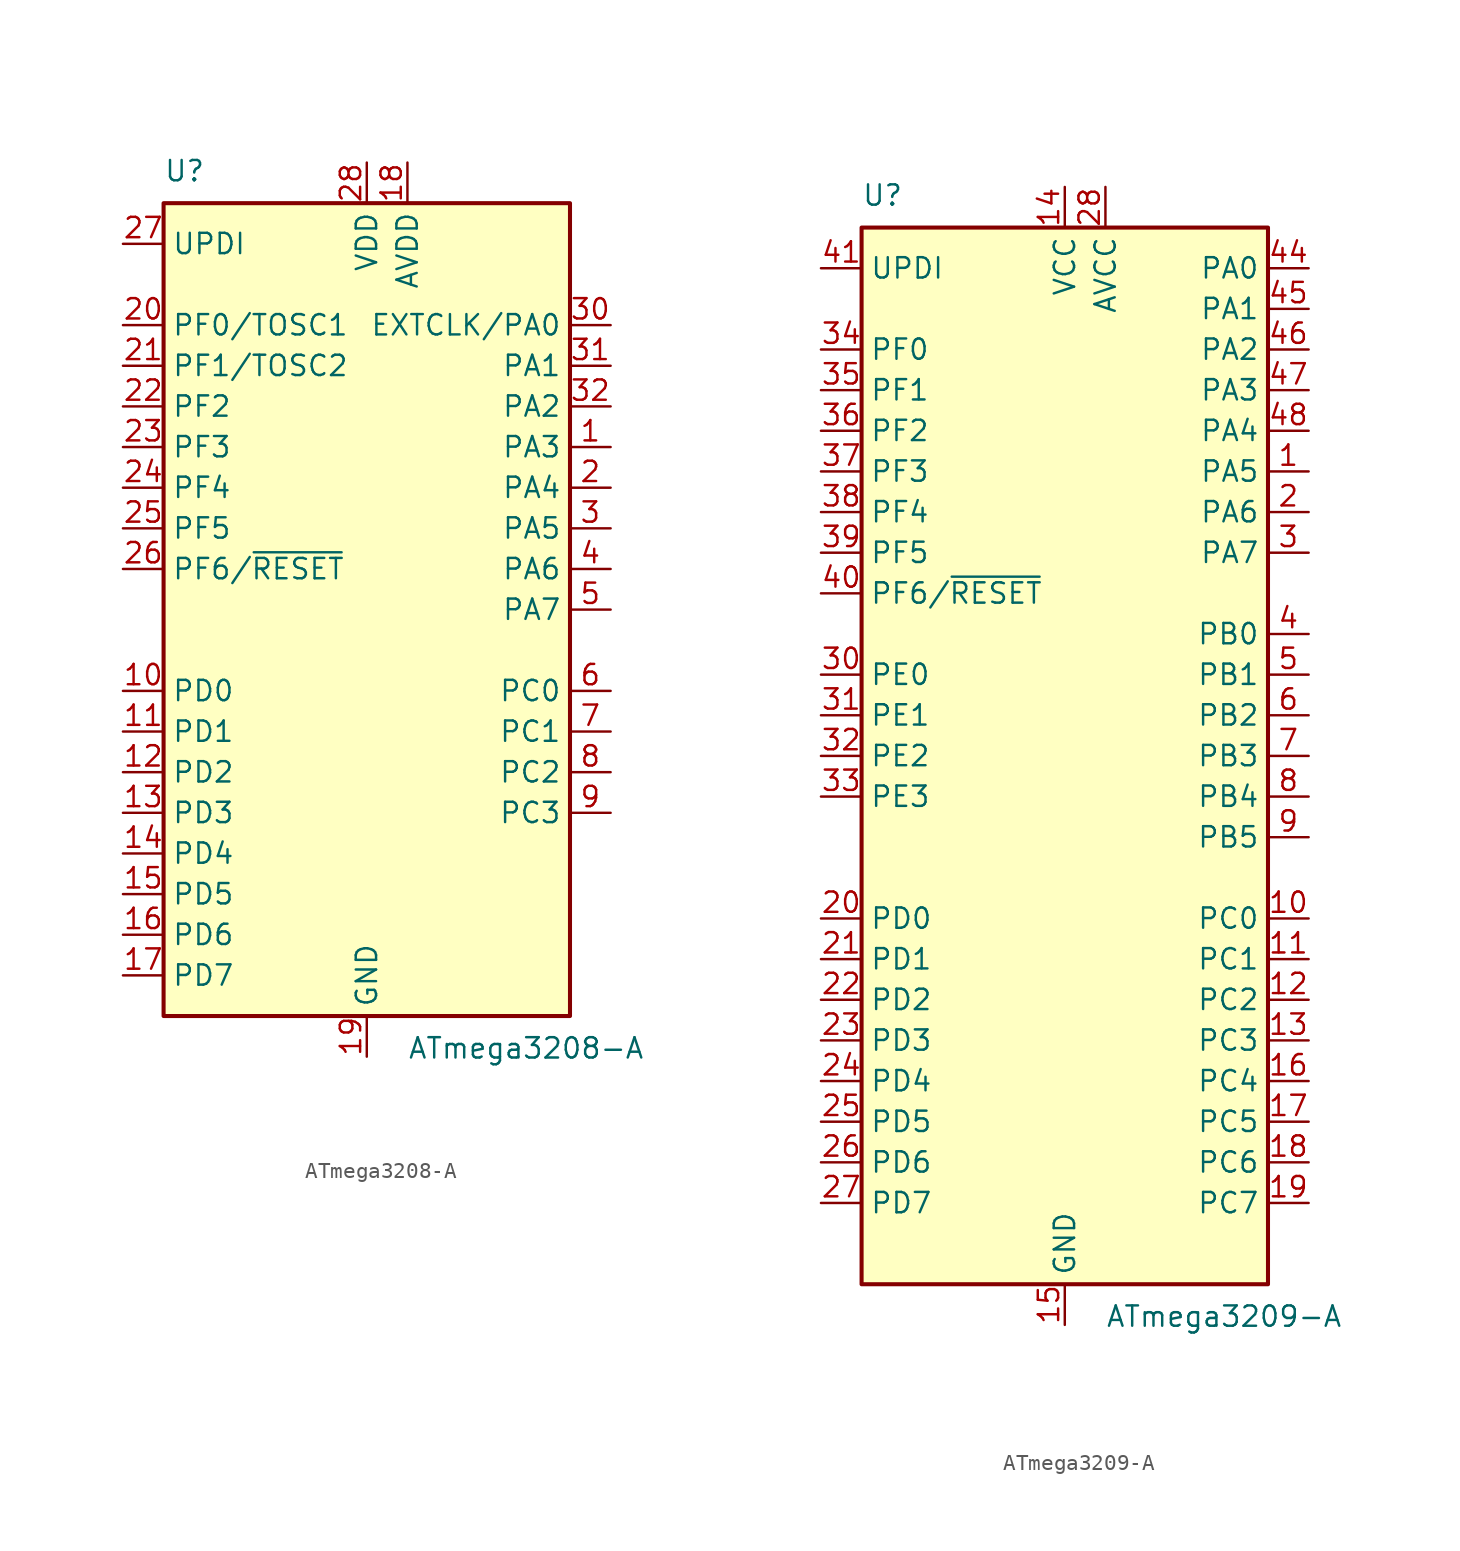
<source format=kicad_sym>
(kicad_symbol_lib
  (version 20211014)
  (generator kicad_symbol_editor)
  (symbol "ATmega3208-A"
    (property "Reference" "U"
      (at -12.7 26.67 0)
      (effects (font (size 1.27 1.27)) (justify left bottom)))
    (property "Value" "ATmega3208-A"
      (at 2.54 -26.67 0)
      (effects (font (size 1.27 1.27)) (justify left top)))
    (symbol "ATmega3208-A_0_1"
      (rectangle (start -12.7 -25.4) (end 12.7 25.4) (stroke (width 0.254) (type default) (color 0 0 0 0)) (fill (type background))))
    (symbol "ATmega3208-A_1_1"
      (pin bidirectional line (at 15.24 10.16 180) (length 2.54) (name "PA3" (effects (font (size 1.27 1.27)))) (number "1" (effects (font (size 1.27 1.27)))))
      (pin bidirectional line (at -15.24 -5.08 0) (length 2.54) (name "PD0" (effects (font (size 1.27 1.27)))) (number "10" (effects (font (size 1.27 1.27)))))
      (pin bidirectional line (at -15.24 -7.62 0) (length 2.54) (name "PD1" (effects (font (size 1.27 1.27)))) (number "11" (effects (font (size 1.27 1.27)))))
      (pin bidirectional line (at -15.24 -10.16 0) (length 2.54) (name "PD2" (effects (font (size 1.27 1.27)))) (number "12" (effects (font (size 1.27 1.27)))))
      (pin bidirectional line (at -15.24 -12.7 0) (length 2.54) (name "PD3" (effects (font (size 1.27 1.27)))) (number "13" (effects (font (size 1.27 1.27)))))
      (pin bidirectional line (at -15.24 -15.24 0) (length 2.54) (name "PD4" (effects (font (size 1.27 1.27)))) (number "14" (effects (font (size 1.27 1.27)))))
      (pin bidirectional line (at -15.24 -17.78 0) (length 2.54) (name "PD5" (effects (font (size 1.27 1.27)))) (number "15" (effects (font (size 1.27 1.27)))))
      (pin bidirectional line (at -15.24 -20.32 0) (length 2.54) (name "PD6" (effects (font (size 1.27 1.27)))) (number "16" (effects (font (size 1.27 1.27)))))
      (pin bidirectional line (at -15.24 -22.86 0) (length 2.54) (name "PD7" (effects (font (size 1.27 1.27)))) (number "17" (effects (font (size 1.27 1.27)))))
      (pin power_in line (at 2.54 27.94 270) (length 2.54) (name "AVDD" (effects (font (size 1.27 1.27)))) (number "18" (effects (font (size 1.27 1.27)))))
      (pin power_in line (at 0 -27.94 90) (length 2.54) (name "GND" (effects (font (size 1.27 1.27)))) (number "19" (effects (font (size 1.27 1.27)))))
      (pin bidirectional line (at 15.24 7.62 180) (length 2.54) (name "PA4" (effects (font (size 1.27 1.27)))) (number "2" (effects (font (size 1.27 1.27)))))
      (pin bidirectional line (at -15.24 17.78 0) (length 2.54) (name "PF0/TOSC1" (effects (font (size 1.27 1.27)))) (number "20" (effects (font (size 1.27 1.27)))))
      (pin bidirectional line (at -15.24 15.24 0) (length 2.54) (name "PF1/TOSC2" (effects (font (size 1.27 1.27)))) (number "21" (effects (font (size 1.27 1.27)))))
      (pin bidirectional line (at -15.24 12.7 0) (length 2.54) (name "PF2" (effects (font (size 1.27 1.27)))) (number "22" (effects (font (size 1.27 1.27)))))
      (pin bidirectional line (at -15.24 10.16 0) (length 2.54) (name "PF3" (effects (font (size 1.27 1.27)))) (number "23" (effects (font (size 1.27 1.27)))))
      (pin bidirectional line (at -15.24 7.62 0) (length 2.54) (name "PF4" (effects (font (size 1.27 1.27)))) (number "24" (effects (font (size 1.27 1.27)))))
      (pin bidirectional line (at -15.24 5.08 0) (length 2.54) (name "PF5" (effects (font (size 1.27 1.27)))) (number "25" (effects (font (size 1.27 1.27)))))
      (pin bidirectional line (at -15.24 2.54 0) (length 2.54) (name "PF6/~{RESET}" (effects (font (size 1.27 1.27)))) (number "26" (effects (font (size 1.27 1.27)))))
      (pin bidirectional line (at -15.24 22.86 0) (length 2.54) (name "UPDI" (effects (font (size 1.27 1.27)))) (number "27" (effects (font (size 1.27 1.27)))))
      (pin power_in line (at 0 27.94 270) (length 2.54) (name "VDD" (effects (font (size 1.27 1.27)))) (number "28" (effects (font (size 1.27 1.27)))))
      (pin passive line (at 0 -27.94 90) (length 2.54) hide (name "GND" (effects (font (size 1.27 1.27)))) (number "29" (effects (font (size 1.27 1.27)))))
      (pin bidirectional line (at 15.24 5.08 180) (length 2.54) (name "PA5" (effects (font (size 1.27 1.27)))) (number "3" (effects (font (size 1.27 1.27)))))
      (pin bidirectional line (at 15.24 17.78 180) (length 2.54) (name "EXTCLK/PA0" (effects (font (size 1.27 1.27)))) (number "30" (effects (font (size 1.27 1.27)))))
      (pin bidirectional line (at 15.24 15.24 180) (length 2.54) (name "PA1" (effects (font (size 1.27 1.27)))) (number "31" (effects (font (size 1.27 1.27)))))
      (pin bidirectional line (at 15.24 12.7 180) (length 2.54) (name "PA2" (effects (font (size 1.27 1.27)))) (number "32" (effects (font (size 1.27 1.27)))))
      (pin bidirectional line (at 15.24 2.54 180) (length 2.54) (name "PA6" (effects (font (size 1.27 1.27)))) (number "4" (effects (font (size 1.27 1.27)))))
      (pin bidirectional line (at 15.24 0 180) (length 2.54) (name "PA7" (effects (font (size 1.27 1.27)))) (number "5" (effects (font (size 1.27 1.27)))))
      (pin bidirectional line (at 15.24 -5.08 180) (length 2.54) (name "PC0" (effects (font (size 1.27 1.27)))) (number "6" (effects (font (size 1.27 1.27)))))
      (pin bidirectional line (at 15.24 -7.62 180) (length 2.54) (name "PC1" (effects (font (size 1.27 1.27)))) (number "7" (effects (font (size 1.27 1.27)))))
      (pin bidirectional line (at 15.24 -10.16 180) (length 2.54) (name "PC2" (effects (font (size 1.27 1.27)))) (number "8" (effects (font (size 1.27 1.27)))))
      (pin bidirectional line (at 15.24 -12.7 180) (length 2.54) (name "PC3" (effects (font (size 1.27 1.27)))) (number "9" (effects (font (size 1.27 1.27)))))))
  (symbol "ATmega3209-A"
    (property "Reference" "U"
      (at -12.7 34.29 0)
      (effects (font (size 1.27 1.27)) (justify left bottom)))
    (property "Value" "ATmega3209-A"
      (at 2.54 -34.29 0)
      (effects (font (size 1.27 1.27)) (justify left top)))
    (symbol "ATmega3209-A_0_1"
      (rectangle (start -12.7 -33.02) (end 12.7 33.02) (stroke (width 0.254) (type default) (color 0 0 0 0)) (fill (type background))))
    (symbol "ATmega3209-A_1_1"
      (pin bidirectional line (at 15.24 17.78 180) (length 2.54) (name "PA5" (effects (font (size 1.27 1.27)))) (number "1" (effects (font (size 1.27 1.27)))))
      (pin bidirectional line (at 15.24 -10.16 180) (length 2.54) (name "PC0" (effects (font (size 1.27 1.27)))) (number "10" (effects (font (size 1.27 1.27)))))
      (pin bidirectional line (at 15.24 -12.7 180) (length 2.54) (name "PC1" (effects (font (size 1.27 1.27)))) (number "11" (effects (font (size 1.27 1.27)))))
      (pin bidirectional line (at 15.24 -15.24 180) (length 2.54) (name "PC2" (effects (font (size 1.27 1.27)))) (number "12" (effects (font (size 1.27 1.27)))))
      (pin bidirectional line (at 15.24 -17.78 180) (length 2.54) (name "PC3" (effects (font (size 1.27 1.27)))) (number "13" (effects (font (size 1.27 1.27)))))
      (pin power_in line (at 0 35.56 270) (length 2.54) (name "VCC" (effects (font (size 1.27 1.27)))) (number "14" (effects (font (size 1.27 1.27)))))
      (pin power_in line (at 0 -35.56 90) (length 2.54) (name "GND" (effects (font (size 1.27 1.27)))) (number "15" (effects (font (size 1.27 1.27)))))
      (pin bidirectional line (at 15.24 -20.32 180) (length 2.54) (name "PC4" (effects (font (size 1.27 1.27)))) (number "16" (effects (font (size 1.27 1.27)))))
      (pin bidirectional line (at 15.24 -22.86 180) (length 2.54) (name "PC5" (effects (font (size 1.27 1.27)))) (number "17" (effects (font (size 1.27 1.27)))))
      (pin bidirectional line (at 15.24 -25.4 180) (length 2.54) (name "PC6" (effects (font (size 1.27 1.27)))) (number "18" (effects (font (size 1.27 1.27)))))
      (pin bidirectional line (at 15.24 -27.94 180) (length 2.54) (name "PC7" (effects (font (size 1.27 1.27)))) (number "19" (effects (font (size 1.27 1.27)))))
      (pin bidirectional line (at 15.24 15.24 180) (length 2.54) (name "PA6" (effects (font (size 1.27 1.27)))) (number "2" (effects (font (size 1.27 1.27)))))
      (pin bidirectional line (at -15.24 -10.16 0) (length 2.54) (name "PD0" (effects (font (size 1.27 1.27)))) (number "20" (effects (font (size 1.27 1.27)))))
      (pin bidirectional line (at -15.24 -12.7 0) (length 2.54) (name "PD1" (effects (font (size 1.27 1.27)))) (number "21" (effects (font (size 1.27 1.27)))))
      (pin bidirectional line (at -15.24 -15.24 0) (length 2.54) (name "PD2" (effects (font (size 1.27 1.27)))) (number "22" (effects (font (size 1.27 1.27)))))
      (pin bidirectional line (at -15.24 -17.78 0) (length 2.54) (name "PD3" (effects (font (size 1.27 1.27)))) (number "23" (effects (font (size 1.27 1.27)))))
      (pin bidirectional line (at -15.24 -20.32 0) (length 2.54) (name "PD4" (effects (font (size 1.27 1.27)))) (number "24" (effects (font (size 1.27 1.27)))))
      (pin bidirectional line (at -15.24 -22.86 0) (length 2.54) (name "PD5" (effects (font (size 1.27 1.27)))) (number "25" (effects (font (size 1.27 1.27)))))
      (pin bidirectional line (at -15.24 -25.4 0) (length 2.54) (name "PD6" (effects (font (size 1.27 1.27)))) (number "26" (effects (font (size 1.27 1.27)))))
      (pin bidirectional line (at -15.24 -27.94 0) (length 2.54) (name "PD7" (effects (font (size 1.27 1.27)))) (number "27" (effects (font (size 1.27 1.27)))))
      (pin power_in line (at 2.54 35.56 270) (length 2.54) (name "AVCC" (effects (font (size 1.27 1.27)))) (number "28" (effects (font (size 1.27 1.27)))))
      (pin passive line (at 0 -35.56 90) (length 2.54) hide (name "GND" (effects (font (size 1.27 1.27)))) (number "29" (effects (font (size 1.27 1.27)))))
      (pin bidirectional line (at 15.24 12.7 180) (length 2.54) (name "PA7" (effects (font (size 1.27 1.27)))) (number "3" (effects (font (size 1.27 1.27)))))
      (pin bidirectional line (at -15.24 5.08 0) (length 2.54) (name "PE0" (effects (font (size 1.27 1.27)))) (number "30" (effects (font (size 1.27 1.27)))))
      (pin bidirectional line (at -15.24 2.54 0) (length 2.54) (name "PE1" (effects (font (size 1.27 1.27)))) (number "31" (effects (font (size 1.27 1.27)))))
      (pin bidirectional line (at -15.24 0 0) (length 2.54) (name "PE2" (effects (font (size 1.27 1.27)))) (number "32" (effects (font (size 1.27 1.27)))))
      (pin bidirectional line (at -15.24 -2.54 0) (length 2.54) (name "PE3" (effects (font (size 1.27 1.27)))) (number "33" (effects (font (size 1.27 1.27)))))
      (pin bidirectional line (at -15.24 25.4 0) (length 2.54) (name "PF0" (effects (font (size 1.27 1.27)))) (number "34" (effects (font (size 1.27 1.27)))))
      (pin bidirectional line (at -15.24 22.86 0) (length 2.54) (name "PF1" (effects (font (size 1.27 1.27)))) (number "35" (effects (font (size 1.27 1.27)))))
      (pin bidirectional line (at -15.24 20.32 0) (length 2.54) (name "PF2" (effects (font (size 1.27 1.27)))) (number "36" (effects (font (size 1.27 1.27)))))
      (pin bidirectional line (at -15.24 17.78 0) (length 2.54) (name "PF3" (effects (font (size 1.27 1.27)))) (number "37" (effects (font (size 1.27 1.27)))))
      (pin bidirectional line (at -15.24 15.24 0) (length 2.54) (name "PF4" (effects (font (size 1.27 1.27)))) (number "38" (effects (font (size 1.27 1.27)))))
      (pin bidirectional line (at -15.24 12.7 0) (length 2.54) (name "PF5" (effects (font (size 1.27 1.27)))) (number "39" (effects (font (size 1.27 1.27)))))
      (pin bidirectional line (at 15.24 7.62 180) (length 2.54) (name "PB0" (effects (font (size 1.27 1.27)))) (number "4" (effects (font (size 1.27 1.27)))))
      (pin bidirectional line (at -15.24 10.16 0) (length 2.54) (name "PF6/~{RESET}" (effects (font (size 1.27 1.27)))) (number "40" (effects (font (size 1.27 1.27)))))
      (pin bidirectional line (at -15.24 30.48 0) (length 2.54) (name "UPDI" (effects (font (size 1.27 1.27)))) (number "41" (effects (font (size 1.27 1.27)))))
      (pin passive line (at 0 35.56 270) (length 2.54) hide (name "VCC" (effects (font (size 1.27 1.27)))) (number "42" (effects (font (size 1.27 1.27)))))
      (pin passive line (at 0 -35.56 90) (length 2.54) hide (name "GND" (effects (font (size 1.27 1.27)))) (number "43" (effects (font (size 1.27 1.27)))))
      (pin bidirectional line (at 15.24 30.48 180) (length 2.54) (name "PA0" (effects (font (size 1.27 1.27)))) (number "44" (effects (font (size 1.27 1.27)))))
      (pin bidirectional line (at 15.24 27.94 180) (length 2.54) (name "PA1" (effects (font (size 1.27 1.27)))) (number "45" (effects (font (size 1.27 1.27)))))
      (pin bidirectional line (at 15.24 25.4 180) (length 2.54) (name "PA2" (effects (font (size 1.27 1.27)))) (number "46" (effects (font (size 1.27 1.27)))))
      (pin bidirectional line (at 15.24 22.86 180) (length 2.54) (name "PA3" (effects (font (size 1.27 1.27)))) (number "47" (effects (font (size 1.27 1.27)))))
      (pin bidirectional line (at 15.24 20.32 180) (length 2.54) (name "PA4" (effects (font (size 1.27 1.27)))) (number "48" (effects (font (size 1.27 1.27)))))
      (pin bidirectional line (at 15.24 5.08 180) (length 2.54) (name "PB1" (effects (font (size 1.27 1.27)))) (number "5" (effects (font (size 1.27 1.27)))))
      (pin bidirectional line (at 15.24 2.54 180) (length 2.54) (name "PB2" (effects (font (size 1.27 1.27)))) (number "6" (effects (font (size 1.27 1.27)))))
      (pin bidirectional line (at 15.24 0 180) (length 2.54) (name "PB3" (effects (font (size 1.27 1.27)))) (number "7" (effects (font (size 1.27 1.27)))))
      (pin bidirectional line (at 15.24 -2.54 180) (length 2.54) (name "PB4" (effects (font (size 1.27 1.27)))) (number "8" (effects (font (size 1.27 1.27)))))
      (pin bidirectional line (at 15.24 -5.08 180) (length 2.54) (name "PB5" (effects (font (size 1.27 1.27)))) (number "9" (effects (font (size 1.27 1.27))))))))
</source>
